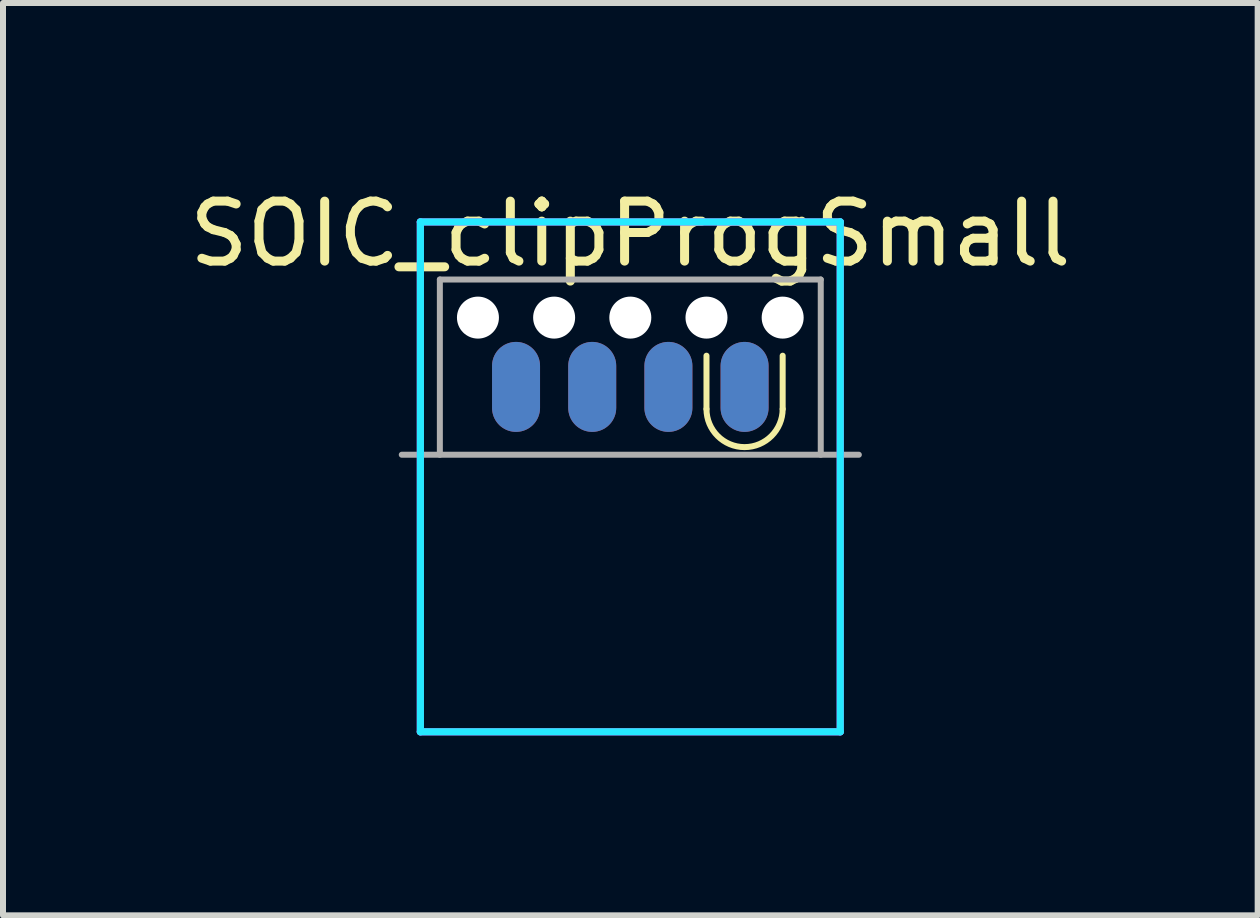
<source format=kicad_pcb>
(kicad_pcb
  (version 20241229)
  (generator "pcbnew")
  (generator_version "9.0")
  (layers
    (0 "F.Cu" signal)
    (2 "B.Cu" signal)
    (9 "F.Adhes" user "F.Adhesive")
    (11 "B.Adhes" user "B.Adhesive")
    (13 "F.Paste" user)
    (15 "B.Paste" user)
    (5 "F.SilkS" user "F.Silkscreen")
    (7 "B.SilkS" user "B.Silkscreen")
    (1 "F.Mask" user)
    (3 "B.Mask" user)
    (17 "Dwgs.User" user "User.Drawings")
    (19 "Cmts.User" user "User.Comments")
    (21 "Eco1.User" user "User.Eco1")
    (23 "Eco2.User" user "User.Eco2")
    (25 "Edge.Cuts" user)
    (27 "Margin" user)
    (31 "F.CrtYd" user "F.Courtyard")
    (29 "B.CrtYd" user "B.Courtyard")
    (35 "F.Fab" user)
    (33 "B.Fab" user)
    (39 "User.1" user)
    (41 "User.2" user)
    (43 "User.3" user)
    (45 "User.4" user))
  (footprint "SOIC_clipProgSmall"
    (layer "F.Cu")
    (at 7.458 4.15)
    (property "Reference" "SOIC_clipProgSmall" (at 0 -3.302 0) (layer "F.SilkS") (effects (font (size 1 1) (thickness 0.15))))
    (attr through_hole)
    (fp_line (start 1.27 -0.381) (end 1.27 -1.27) (stroke (width 0.1) (type solid)) (layer "F.SilkS"))
    (fp_line (start 2.54 -0.381) (end 2.54 -1.27) (stroke (width 0.1) (type solid)) (layer "F.SilkS"))
    (fp_arc (start 2.54 -0.381) (mid 1.905 0.254) (end 1.27 -0.381) (stroke (width 0.1) (type solid)) (layer "F.SilkS"))
    (fp_line (start -3.5 -3.5) (end 3.5 -3.5) (stroke (width 0.12) (type solid)) (layer "B.CrtYd"))
    (fp_line (start -3.5 5) (end -3.5 -3.5) (stroke (width 0.12) (type solid)) (layer "B.CrtYd"))
    (fp_line (start 3.5 -3.5) (end 3.5 5) (stroke (width 0.12) (type solid)) (layer "B.CrtYd"))
    (fp_line (start 3.5 5) (end -3.5 5) (stroke (width 0.12) (type solid)) (layer "B.CrtYd"))
    (fp_line (start -3.5 -3.5) (end 3.5 -3.5) (stroke (width 0.12) (type solid)) (layer "F.CrtYd"))
    (fp_line (start -3.5 5) (end -3.5 -3.5) (stroke (width 0.12) (type solid)) (layer "F.CrtYd"))
    (fp_line (start 3.5 -3.5) (end 3.5 5) (stroke (width 0.12) (type solid)) (layer "F.CrtYd"))
    (fp_line (start 3.5 5) (end -3.5 5) (stroke (width 0.12) (type solid)) (layer "F.CrtYd"))
    (fp_line (start -3.81 0.381) (end 3.81 0.381) (stroke (width 0.1) (type solid)) (layer "F.Fab"))
    (fp_line (start -3.175 -2.54) (end -3.175 0.381) (stroke (width 0.1) (type solid)) (layer "F.Fab"))
    (fp_line (start 3.175 -2.54) (end -3.175 -2.54) (stroke (width 0.1) (type solid)) (layer "F.Fab"))
    (fp_line (start 3.175 0.381) (end 3.175 -2.54) (stroke (width 0.1) (type solid)) (layer "F.Fab"))
    (pad "" np_thru_hole circle (at -2.54 -1.905) (size 0.7 0.7) (drill 0.7) (layers "*.Cu" "*.Mask"))
    (pad "" np_thru_hole circle (at -1.27 -1.905) (size 0.7 0.7) (drill 0.7) (layers "*.Cu" "*.Mask"))
    (pad "" np_thru_hole circle (at 0 -1.905) (size 0.7 0.7) (drill 0.7) (layers "*.Cu" "*.Mask"))
    (pad "" np_thru_hole circle (at 1.27 -1.905) (size 0.7 0.7) (drill 0.7) (layers "*.Cu" "*.Mask"))
    (pad "" np_thru_hole circle (at 2.54 -1.905) (size 0.7 0.7) (drill 0.7) (layers "*.Cu" "*.Mask"))
    (pad "1" smd oval (at 1.905 -0.75) (size 0.8 1.5) (layers "F.Cu" "F.Mask"))
    (pad "2" smd oval (at 0.635 -0.75) (size 0.8 1.5) (layers "F.Cu" "F.Mask"))
    (pad "3" smd oval (at -0.635 -0.75) (size 0.8 1.5) (layers "F.Cu" "F.Mask"))
    (pad "4" smd oval (at -1.905 -0.75) (size 0.8 1.5) (layers "F.Cu" "F.Mask"))
    (pad "5" smd oval (at -1.905 -0.75) (size 0.8 1.5) (layers "B.Cu" "B.Mask"))
    (pad "6" smd oval (at -0.635 -0.75) (size 0.8 1.5) (layers "B.Cu" "B.Mask"))
    (pad "7" smd oval (at 0.635 -0.75) (size 0.8 1.5) (layers "B.Cu" "B.Mask"))
    (pad "8" smd oval (at 1.905 -0.75) (size 0.8 1.5) (layers "B.Cu" "B.Mask")))
  (gr_rect
    (start -3 -3)
    (end 17.917 12.21)
    (stroke (width 0.1) (type default))
    (fill no)
    (layer "Edge.Cuts")))
</source>
